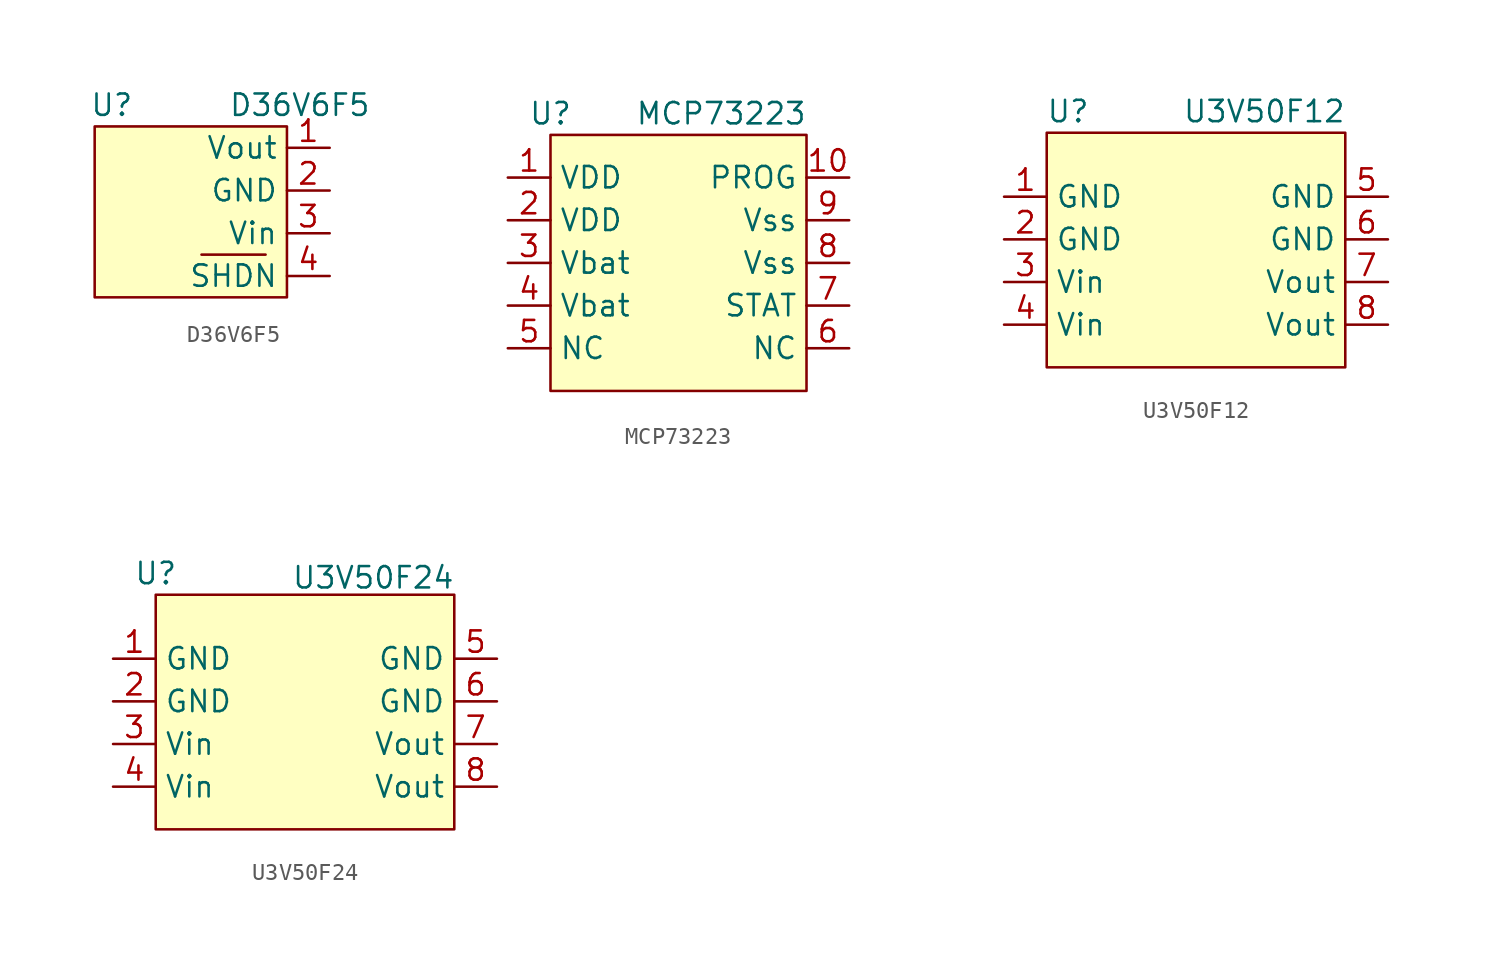
<source format=kicad_sym>
(kicad_symbol_lib
  (version 20241209)
  (generator "kicad_symbol_editor")
  (generator_version "9.0")
  (symbol "D36V6F5"
    (property "Reference" "U"
      (at -2.794 0 0)
      (effects (font (size 1.27 1.27))))
    (property "Value" "D36V6F5"
      (at 8.382 0 0)
      (effects (font (size 1.27 1.27))))
    (symbol "D36V6F5_0_1"
      (rectangle (start -3.81 -1.27) (end 7.62 -11.43) (stroke (width 0) (type default)) (fill (type background)))
      (polyline (pts (xy 2.54 -8.89) (xy 6.35 -8.89)) (stroke (width 0) (type default)) (fill (type none))))
    (symbol "D36V6F5_1_1"
      (pin input line (at 10.16 -2.54 180) (length 2.54) (name "Vout" (effects (font (size 1.27 1.27)))) (number "1" (effects (font (size 1.27 1.27)))))
      (pin input line (at 10.16 -5.08 180) (length 2.54) (name "GND" (effects (font (size 1.27 1.27)))) (number "2" (effects (font (size 1.27 1.27)))))
      (pin input line (at 10.16 -7.62 180) (length 2.54) (name "Vin" (effects (font (size 1.27 1.27)))) (number "3" (effects (font (size 1.27 1.27)))))
      (pin input line (at 10.16 -10.16 180) (length 2.54) (name "SHDN" (effects (font (size 1.27 1.27)))) (number "4" (effects (font (size 1.27 1.27)))))))
  (symbol "MCP73223"
    (property "Reference" "U"
      (at 0 0 0)
      (effects (font (size 1.27 1.27))))
    (property "Value" "MCP73223"
      (at 10.16 0 0)
      (effects (font (size 1.27 1.27))))
    (symbol "MCP73223_0_1"
      (rectangle (start 0 -1.27) (end 15.24 -16.51) (stroke (width 0) (type default)) (fill (type background))))
    (symbol "MCP73223_1_1"
      (pin input line (at -2.54 -3.81 0) (length 2.54) (name "VDD" (effects (font (size 1.27 1.27)))) (number "1" (effects (font (size 1.27 1.27)))))
      (pin input line (at -2.54 -6.35 0) (length 2.54) (name "VDD" (effects (font (size 1.27 1.27)))) (number "2" (effects (font (size 1.27 1.27)))))
      (pin input line (at -2.54 -8.89 0) (length 2.54) (name "Vbat" (effects (font (size 1.27 1.27)))) (number "3" (effects (font (size 1.27 1.27)))))
      (pin input line (at -2.54 -11.43 0) (length 2.54) (name "Vbat" (effects (font (size 1.27 1.27)))) (number "4" (effects (font (size 1.27 1.27)))))
      (pin input line (at -2.54 -13.97 0) (length 2.54) (name "NC" (effects (font (size 1.27 1.27)))) (number "5" (effects (font (size 1.27 1.27)))))
      (pin input line (at 17.78 -3.81 180) (length 2.54) (name "PROG" (effects (font (size 1.27 1.27)))) (number "10" (effects (font (size 1.27 1.27)))))
      (pin input line (at 17.78 -6.35 180) (length 2.54) (name "Vss" (effects (font (size 1.27 1.27)))) (number "9" (effects (font (size 1.27 1.27)))))
      (pin input line (at 17.78 -8.89 180) (length 2.54) (name "Vss" (effects (font (size 1.27 1.27)))) (number "8" (effects (font (size 1.27 1.27)))))
      (pin input line (at 17.78 -11.43 180) (length 2.54) (name "STAT" (effects (font (size 1.27 1.27)))) (number "7" (effects (font (size 1.27 1.27)))))
      (pin input line (at 17.78 -13.97 180) (length 2.54) (name "NC" (effects (font (size 1.27 1.27)))) (number "6" (effects (font (size 1.27 1.27)))))))
  (symbol "U3V50F12"
    (property "Reference" "U"
      (at 0 0 0)
      (effects (font (size 1.27 1.27))))
    (property "Value" "U3V50F12"
      (at 11.684 0 0)
      (effects (font (size 1.27 1.27))))
    (symbol "U3V50F12_0_1"
      (rectangle (start -1.27 -1.27) (end 16.51 -15.24) (stroke (width 0) (type default)) (fill (type background))))
    (symbol "U3V50F12_1_1"
      (pin input line (at -3.81 -5.08 0) (length 2.54) (name "GND" (effects (font (size 1.27 1.27)))) (number "1" (effects (font (size 1.27 1.27)))))
      (pin input line (at -3.81 -7.62 0) (length 2.54) (name "GND" (effects (font (size 1.27 1.27)))) (number "2" (effects (font (size 1.27 1.27)))))
      (pin input line (at -3.81 -10.16 0) (length 2.54) (name "Vin" (effects (font (size 1.27 1.27)))) (number "3" (effects (font (size 1.27 1.27)))))
      (pin input line (at -3.81 -12.7 0) (length 2.54) (name "Vin" (effects (font (size 1.27 1.27)))) (number "4" (effects (font (size 1.27 1.27)))))
      (pin input line (at 19.05 -5.08 180) (length 2.54) (name "GND" (effects (font (size 1.27 1.27)))) (number "5" (effects (font (size 1.27 1.27)))))
      (pin input line (at 19.05 -7.62 180) (length 2.54) (name "GND" (effects (font (size 1.27 1.27)))) (number "6" (effects (font (size 1.27 1.27)))))
      (pin input line (at 19.05 -10.16 180) (length 2.54) (name "Vout" (effects (font (size 1.27 1.27)))) (number "7" (effects (font (size 1.27 1.27)))))
      (pin input line (at 19.05 -12.7 180) (length 2.54) (name "Vout" (effects (font (size 1.27 1.27)))) (number "8" (effects (font (size 1.27 1.27)))))))
  (symbol "U3V50F24"
    (property "Reference" "U"
      (at 0 0 0)
      (effects (font (size 1.27 1.27))))
    (property "Value" "U3V50F24"
      (at 12.954 -0.254 0)
      (effects (font (size 1.27 1.27))))
    (symbol "U3V50F24_0_1"
      (rectangle (start 0 -1.27) (end 17.78 -15.24) (stroke (width 0) (type default)) (fill (type background))))
    (symbol "U3V50F24_1_1"
      (pin input line (at -2.54 -5.08 0) (length 2.54) (name "GND" (effects (font (size 1.27 1.27)))) (number "1" (effects (font (size 1.27 1.27)))))
      (pin input line (at -2.54 -7.62 0) (length 2.54) (name "GND" (effects (font (size 1.27 1.27)))) (number "2" (effects (font (size 1.27 1.27)))))
      (pin input line (at -2.54 -10.16 0) (length 2.54) (name "Vin" (effects (font (size 1.27 1.27)))) (number "3" (effects (font (size 1.27 1.27)))))
      (pin input line (at -2.54 -12.7 0) (length 2.54) (name "Vin" (effects (font (size 1.27 1.27)))) (number "4" (effects (font (size 1.27 1.27)))))
      (pin input line (at 20.32 -5.08 180) (length 2.54) (name "GND" (effects (font (size 1.27 1.27)))) (number "5" (effects (font (size 1.27 1.27)))))
      (pin input line (at 20.32 -7.62 180) (length 2.54) (name "GND" (effects (font (size 1.27 1.27)))) (number "6" (effects (font (size 1.27 1.27)))))
      (pin input line (at 20.32 -10.16 180) (length 2.54) (name "Vout" (effects (font (size 1.27 1.27)))) (number "7" (effects (font (size 1.27 1.27)))))
      (pin input line (at 20.32 -12.7 180) (length 2.54) (name "Vout" (effects (font (size 1.27 1.27)))) (number "8" (effects (font (size 1.27 1.27))))))))
</source>
